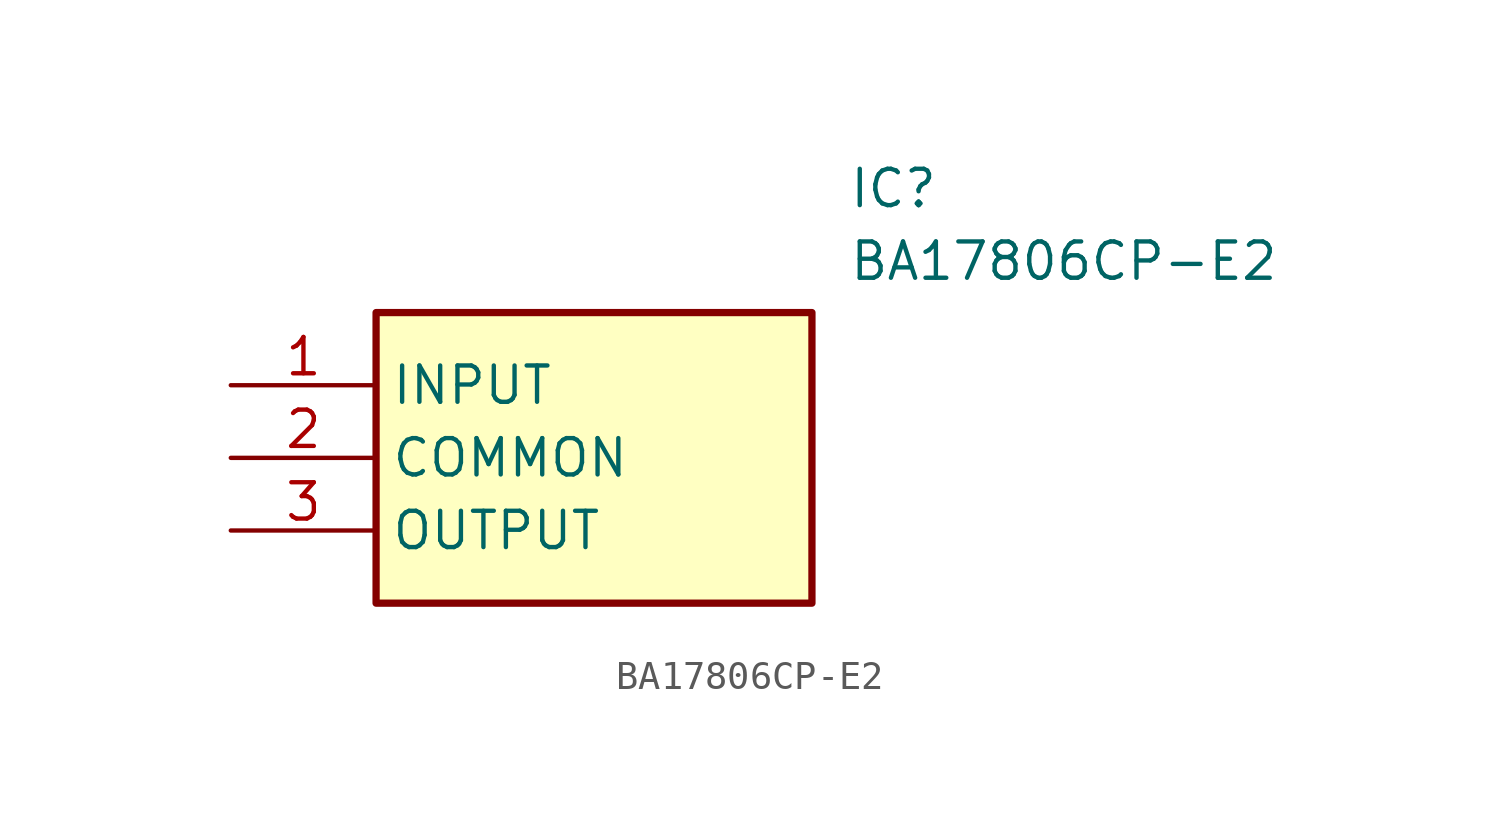
<source format=kicad_sym>
(kicad_symbol_lib
  (version 20211014)
  (generator SamacSys_ECAD_Model)
  (symbol "BA17806CP-E2"
    (property "Reference" "IC"
      (at 21.59 7.62 0)
      (effects (font (size 1.27 1.27)) (justify left top)))
    (property "Value" "BA17806CP-E2"
      (at 21.59 5.08 0)
      (effects (font (size 1.27 1.27)) (justify left top)))
    (rectangle
      (start 5.08 2.54)
      (end 20.32 -7.62)
      (stroke (width 0.254) (type default))
      (fill (type background)))
    (pin passive line
      (at 0 0 0)
      (length 5.08)
      (name "INPUT" (effects (font (size 1.27 1.27))))
      (number "1" (effects (font (size 1.27 1.27)))))
    (pin passive line
      (at 0 -2.54 0)
      (length 5.08)
      (name "COMMON" (effects (font (size 1.27 1.27))))
      (number "2" (effects (font (size 1.27 1.27)))))
    (pin passive line
      (at 0 -5.08 0)
      (length 5.08)
      (name "OUTPUT" (effects (font (size 1.27 1.27))))
      (number "3" (effects (font (size 1.27 1.27)))))))
</source>
